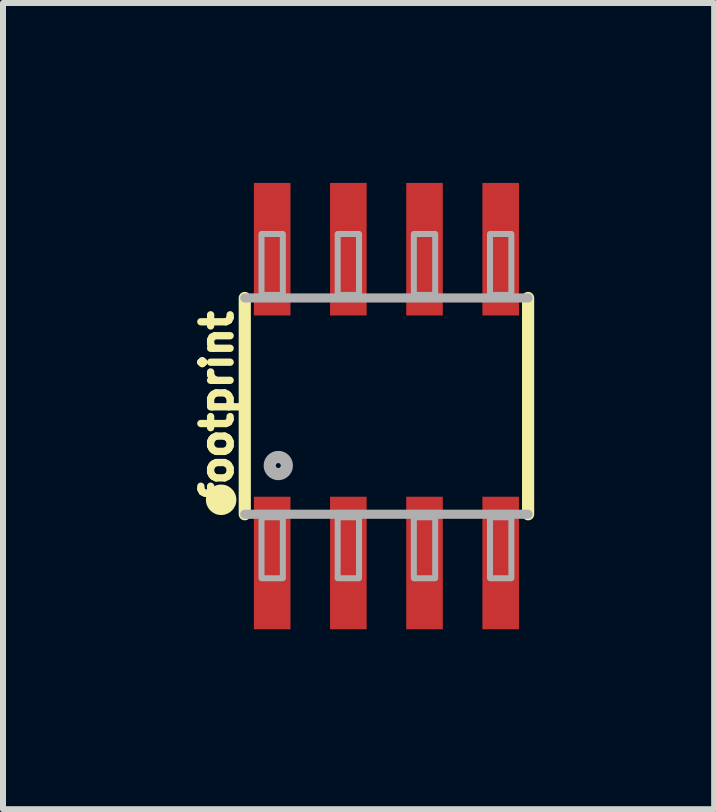
<source format=kicad_pcb>
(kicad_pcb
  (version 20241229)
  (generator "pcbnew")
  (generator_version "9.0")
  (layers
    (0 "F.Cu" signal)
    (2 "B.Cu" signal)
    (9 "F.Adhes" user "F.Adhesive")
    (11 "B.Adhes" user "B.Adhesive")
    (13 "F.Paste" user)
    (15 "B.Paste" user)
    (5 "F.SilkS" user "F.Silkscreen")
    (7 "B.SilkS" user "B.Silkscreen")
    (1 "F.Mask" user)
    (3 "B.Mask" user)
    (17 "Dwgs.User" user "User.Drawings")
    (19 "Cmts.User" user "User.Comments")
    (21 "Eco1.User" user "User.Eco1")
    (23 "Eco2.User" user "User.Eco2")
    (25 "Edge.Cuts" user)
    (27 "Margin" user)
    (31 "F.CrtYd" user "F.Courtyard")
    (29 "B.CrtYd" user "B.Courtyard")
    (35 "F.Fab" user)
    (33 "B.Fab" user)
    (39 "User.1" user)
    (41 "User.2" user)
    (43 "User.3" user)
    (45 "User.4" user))
  (footprint "footprint"
    (layer "F.Cu")
    (at 3.393 3.721)
    (property "Reference" "footprint" (at -2.54 0 90) (layer "F.SilkS") (effects (font (size 0.488 0.488) (thickness 0.122)) (justify bottom)))
    (fp_line (start -2.362 -1.803) (end -2.362 1.803) (stroke (width 0.203) (type solid)) (layer "F.SilkS"))
    (fp_line (start 2.362 1.803) (end 2.362 -1.803) (stroke (width 0.203) (type solid)) (layer "F.SilkS"))
    (fp_circle (center -2.756 1.562) (end -2.629 1.562) (stroke (width 0.254) (type solid)) (fill yes) (layer "F.SilkS"))
    (fp_line (start -2.362 1.803) (end 2.362 1.803) (stroke (width 0.152) (type solid)) (layer "F.Fab"))
    (fp_line (start 2.362 -1.803) (end -2.362 -1.803) (stroke (width 0.152) (type solid)) (layer "F.Fab"))
    (fp_circle (center -1.803 0.991) (end -1.66 0.991) (stroke (width 0.203) (type solid)) (fill no) (layer "F.Fab"))
    (fp_poly (pts (xy -2.083 -1.854) (xy -1.727 -1.854) (xy -1.727 -2.87) (xy -2.083 -2.87)) (stroke (width 0.1) (type solid)) (fill no) (layer "F.Fab"))
    (fp_poly (pts (xy -2.083 2.87) (xy -1.727 2.87) (xy -1.727 1.854) (xy -2.083 1.854)) (stroke (width 0.1) (type solid)) (fill no) (layer "F.Fab"))
    (fp_poly (pts (xy -0.813 -1.854) (xy -0.457 -1.854) (xy -0.457 -2.87) (xy -0.813 -2.87)) (stroke (width 0.1) (type solid)) (fill no) (layer "F.Fab"))
    (fp_poly (pts (xy -0.813 2.87) (xy -0.457 2.87) (xy -0.457 1.854) (xy -0.813 1.854)) (stroke (width 0.1) (type solid)) (fill no) (layer "F.Fab"))
    (fp_poly (pts (xy 0.457 -1.854) (xy 0.813 -1.854) (xy 0.813 -2.87) (xy 0.457 -2.87)) (stroke (width 0.1) (type solid)) (fill no) (layer "F.Fab"))
    (fp_poly (pts (xy 0.457 2.87) (xy 0.813 2.87) (xy 0.813 1.854) (xy 0.457 1.854)) (stroke (width 0.1) (type solid)) (fill no) (layer "F.Fab"))
    (fp_poly (pts (xy 1.727 -1.854) (xy 2.083 -1.854) (xy 2.083 -2.87) (xy 1.727 -2.87)) (stroke (width 0.1) (type solid)) (fill no) (layer "F.Fab"))
    (fp_poly (pts (xy 1.727 2.87) (xy 2.083 2.87) (xy 2.083 1.854) (xy 1.727 1.854)) (stroke (width 0.1) (type solid)) (fill no) (layer "F.Fab"))
    (pad "1" smd rect (at -1.905 2.616) (size 0.61 2.21) (layers "F.Cu" "F.Mask" "F.Paste"))
    (pad "2" smd rect (at -0.635 2.616) (size 0.61 2.21) (layers "F.Cu" "F.Mask" "F.Paste"))
    (pad "3" smd rect (at 0.635 2.616) (size 0.61 2.21) (layers "F.Cu" "F.Mask" "F.Paste"))
    (pad "4" smd rect (at 1.905 2.616) (size 0.61 2.21) (layers "F.Cu" "F.Mask" "F.Paste"))
    (pad "5" smd rect (at 1.905 -2.616) (size 0.61 2.21) (layers "F.Cu" "F.Mask" "F.Paste"))
    (pad "6" smd rect (at 0.635 -2.616) (size 0.61 2.21) (layers "F.Cu" "F.Mask" "F.Paste"))
    (pad "7" smd rect (at -0.635 -2.616) (size 0.61 2.21) (layers "F.Cu" "F.Mask" "F.Paste"))
    (pad "8" smd rect (at -1.905 -2.616) (size 0.61 2.21) (layers "F.Cu" "F.Mask" "F.Paste")))
  (gr_rect
    (start -3 -3)
    (end 8.857 10.442)
    (stroke (width 0.1) (type default))
    (fill no)
    (layer "Edge.Cuts")))
</source>
